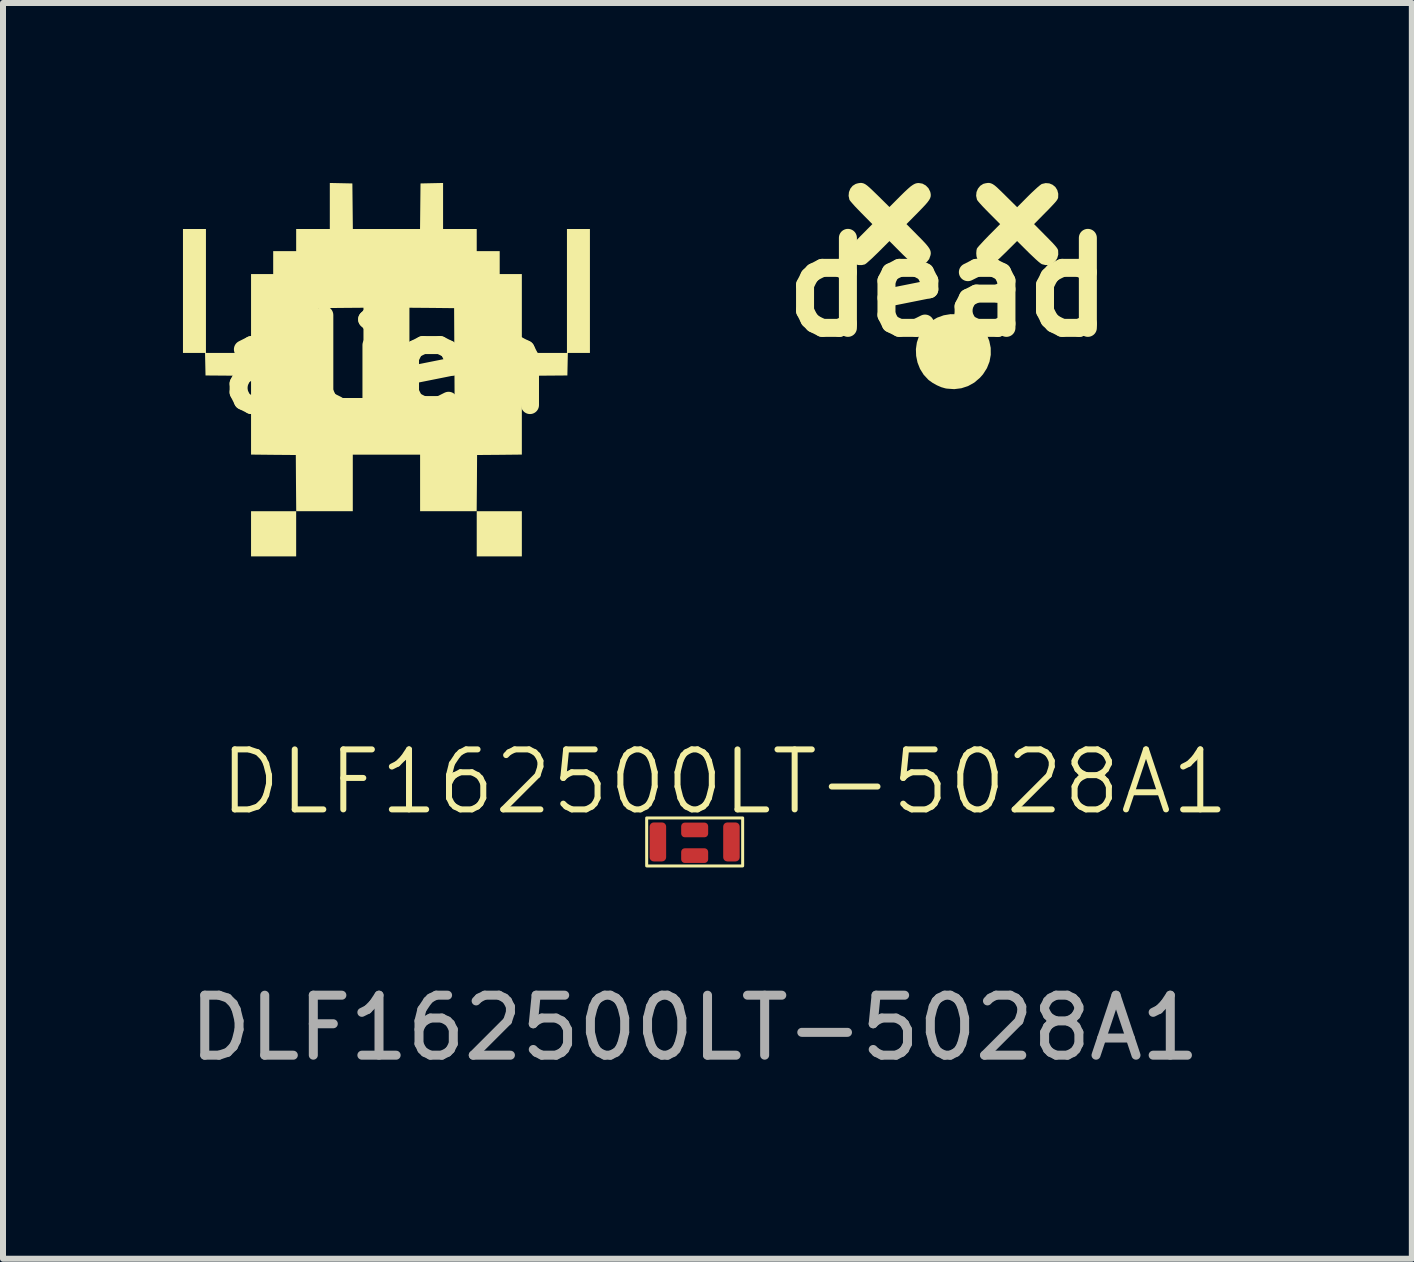
<source format=kicad_pcb>
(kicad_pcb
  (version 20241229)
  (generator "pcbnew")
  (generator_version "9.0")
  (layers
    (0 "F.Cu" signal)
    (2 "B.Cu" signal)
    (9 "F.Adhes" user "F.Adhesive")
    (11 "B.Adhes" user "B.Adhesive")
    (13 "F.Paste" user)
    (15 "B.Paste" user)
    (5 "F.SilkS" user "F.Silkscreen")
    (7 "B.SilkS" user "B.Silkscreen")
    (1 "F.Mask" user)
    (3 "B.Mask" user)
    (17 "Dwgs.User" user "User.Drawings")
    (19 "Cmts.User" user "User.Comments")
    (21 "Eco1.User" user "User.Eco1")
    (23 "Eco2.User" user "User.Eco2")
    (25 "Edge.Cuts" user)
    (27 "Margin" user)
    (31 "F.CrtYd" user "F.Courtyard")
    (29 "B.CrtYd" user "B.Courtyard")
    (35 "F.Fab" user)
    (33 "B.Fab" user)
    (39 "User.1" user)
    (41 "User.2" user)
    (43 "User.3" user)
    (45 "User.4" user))
  (footprint "alien"
    (layer "F.Cu")
    (at 3.392 3.024)
    (property "Reference" "alien" (at 0 0 0) (layer "F.SilkS") (effects (font (size 1.5 1.5) (thickness 0.3))))
    (attr board_only exclude_from_pos_files exclude_from_bom)
    (fp_poly (pts (xy -1.505 2.825) (xy -1.505 3.201) (xy -1.881 3.201) (xy -2.257 3.201) (xy -2.257 2.825) (xy -2.257 2.448) (xy -1.881 2.448) (xy -1.505 2.448)) (stroke (width 0) (type solid)) (fill yes) (layer "F.SilkS"))
    (fp_poly (pts (xy 2.257 2.825) (xy 2.257 3.201) (xy 1.881 3.201) (xy 1.505 3.201) (xy 1.505 2.825) (xy 1.505 2.448) (xy 1.881 2.448) (xy 2.257 2.448)) (stroke (width 0) (type solid)) (fill yes) (layer "F.SilkS"))
    (fp_poly (pts (xy 0.944 -2.64) (xy 0.944 -2.257) (xy 1.224 -2.257) (xy 1.505 -2.257) (xy 1.505 -2.072) (xy 1.505 -1.888) (xy 1.696 -1.888) (xy 1.888 -1.888) (xy 1.888 -1.696) (xy 1.888 -1.505) (xy 2.072 -1.505) (xy 2.257 -1.505) (xy 2.257 -0.848) (xy 2.257 -0.191) (xy 2.633 -0.191) (xy 3.009 -0.191) (xy 3.009 -1.224) (xy 3.009 -2.257) (xy 3.201 -2.257) (xy 3.392 -2.257) (xy 3.392 -1.224) (xy 3.392 -0.191) (xy 3.208 -0.191) (xy 3.024 -0.191) (xy 3.02 -0.003) (xy 3.016 0.185) (xy 2.636 0.188) (xy 2.257 0.192) (xy 2.257 0.848) (xy 2.257 1.504) (xy 1.884 1.508) (xy 1.511 1.511) (xy 1.508 1.98) (xy 1.504 2.448) (xy 1.033 2.448) (xy 0.561 2.448) (xy 0.561 1.976) (xy 0.561 1.505) (xy 0 1.505) (xy -0.561 1.505) (xy -0.561 1.976) (xy -0.561 2.448) (xy -1.033 2.448) (xy -1.504 2.448) (xy -1.508 1.98) (xy -1.511 1.511) (xy -1.884 1.508) (xy -2.257 1.504) (xy -2.257 0.848) (xy -2.257 0.561) (xy -1.136 0.561) (xy -0.759 0.561) (xy -0.383 0.561) (xy -0.383 -0.192) (xy 0.383 -0.192) (xy 0.383 0.561) (xy 0.759 0.561) (xy 1.136 0.561) (xy 1.132 -0.188) (xy 1.128 -0.937) (xy 0.756 -0.941) (xy 0.383 -0.944) (xy 0.383 -0.192) (xy -0.383 -0.192) (xy -0.383 -0.944) (xy -0.756 -0.941) (xy -1.128 -0.937) (xy -1.132 -0.188) (xy -1.136 0.561) (xy -2.257 0.561) (xy -2.257 0.192) (xy -2.636 0.188) (xy -3.016 0.185) (xy -3.02 -0.003) (xy -3.024 -0.191) (xy -3.208 -0.191) (xy -3.392 -0.191) (xy -3.392 -1.224) (xy -3.392 -2.257) (xy -3.201 -2.257) (xy -3.009 -2.257) (xy -3.009 -1.224) (xy -3.009 -0.191) (xy -2.633 -0.191) (xy -2.257 -0.191) (xy -2.257 -0.848) (xy -2.257 -1.505) (xy -2.072 -1.505) (xy -1.888 -1.505) (xy -1.888 -1.696) (xy -1.888 -1.888) (xy -1.696 -1.888) (xy -1.505 -1.888) (xy -1.505 -2.072) (xy -1.505 -2.257) (xy -1.224 -2.257) (xy -0.944 -2.257) (xy -0.944 -2.64) (xy -0.944 -3.024) (xy -0.756 -3.02) (xy -0.568 -3.016) (xy -0.564 -2.636) (xy -0.56 -2.257) (xy 0 -2.257) (xy 0.56 -2.257) (xy 0.564 -2.636) (xy 0.568 -3.016) (xy 0.756 -3.02) (xy 0.944 -3.024)) (stroke (width 0) (type solid)) (fill yes) (layer "F.SilkS")))
  (footprint "DLF162500LT-5028A1"
    (layer "F.Cu")
    (at 8.53 10.985)
    (property "Reference" "DLF162500LT-5028A1" (at 0.5 -1 0) (unlocked yes) (layer "F.SilkS") (effects (font (size 1 1) (thickness 0.1))))
    (attr smd)
    (fp_rect (start -0.8 -0.4) (end 0.8 0.4) (stroke (width 0.05) (type default)) (fill no) (layer "F.SilkS"))
    (fp_text user "${REFERENCE}" (at 0 3.1 0) (unlocked yes) (layer "F.Fab") (effects (font (size 1 1) (thickness 0.15))))
    (pad "1" smd roundrect (at -0.613 0) (size 0.275 0.65) (layers "F.Cu" "F.Mask" "F.Paste") (roundrect_rratio 0.25))
    (pad "2" smd roundrect (at 0 -0.2) (size 0.45 0.245) (layers "F.Cu" "F.Mask" "F.Paste") (roundrect_rratio 0.25))
    (pad "3" smd roundrect (at 0.613 0) (size 0.275 0.65) (layers "F.Cu" "F.Mask" "F.Paste") (roundrect_rratio 0.25))
    (pad "4" smd roundrect (at 0 0.228) (size 0.45 0.245) (layers "F.Cu" "F.Mask" "F.Paste") (roundrect_rratio 0.25)))
  (footprint "dead"
    (layer "F.Cu")
    (at 12.763 1.737)
    (property "Reference" "dead" (at 0 0 0) (layer "F.SilkS") (effects (font (size 1.5 1.5) (thickness 0.3))))
    (attr board_only exclude_from_pos_files exclude_from_bom)
    (fp_poly (pts (xy 0.146 0.452) (xy 0.263 0.476) (xy 0.365 0.515) (xy 0.417 0.548) (xy 0.476 0.595) (xy 0.533 0.65) (xy 0.585 0.709) (xy 0.623 0.764) (xy 0.631 0.779) (xy 0.678 0.895) (xy 0.702 1.012) (xy 0.703 1.128) (xy 0.682 1.242) (xy 0.639 1.35) (xy 0.574 1.452) (xy 0.521 1.512) (xy 0.428 1.591) (xy 0.324 1.649) (xy 0.213 1.685) (xy 0.094 1.7) (xy -0.03 1.691) (xy -0.053 1.687) (xy -0.12 1.668) (xy -0.194 1.636) (xy -0.267 1.595) (xy -0.33 1.55) (xy -0.339 1.542) (xy -0.416 1.459) (xy -0.476 1.363) (xy -0.518 1.257) (xy -0.541 1.146) (xy -0.545 1.033) (xy -0.529 0.922) (xy -0.493 0.814) (xy -0.451 0.737) (xy -0.377 0.643) (xy -0.289 0.566) (xy -0.19 0.508) (xy -0.082 0.469) (xy 0.031 0.45)) (stroke (width 0) (type solid)) (fill yes) (layer "F.SilkS"))
    (fp_poly (pts (xy -1.421 -1.731) (xy -1.392 -1.718) (xy -1.359 -1.695) (xy -1.319 -1.661) (xy -1.269 -1.614) (xy -1.206 -1.553) (xy -1.181 -1.529) (xy -0.986 -1.336) (xy -0.809 -1.514) (xy -0.738 -1.584) (xy -0.68 -1.638) (xy -0.633 -1.679) (xy -0.593 -1.707) (xy -0.559 -1.725) (xy -0.527 -1.734) (xy -0.497 -1.736) (xy -0.436 -1.726) (xy -0.38 -1.695) (xy -0.336 -1.65) (xy -0.307 -1.593) (xy -0.301 -1.569) (xy -0.297 -1.539) (xy -0.299 -1.511) (xy -0.308 -1.482) (xy -0.326 -1.45) (xy -0.354 -1.412) (xy -0.394 -1.366) (xy -0.449 -1.308) (xy -0.512 -1.243) (xy -0.702 -1.051) (xy -0.512 -0.859) (xy -0.443 -0.789) (xy -0.39 -0.733) (xy -0.351 -0.687) (xy -0.324 -0.65) (xy -0.307 -0.618) (xy -0.299 -0.59) (xy -0.297 -0.562) (xy -0.301 -0.534) (xy -0.324 -0.468) (xy -0.365 -0.417) (xy -0.421 -0.384) (xy -0.483 -0.369) (xy -0.514 -0.368) (xy -0.544 -0.373) (xy -0.575 -0.384) (xy -0.609 -0.405) (xy -0.649 -0.437) (xy -0.699 -0.482) (xy -0.76 -0.541) (xy -0.809 -0.59) (xy -0.986 -0.768) (xy -1.175 -0.579) (xy -1.232 -0.524) (xy -1.284 -0.474) (xy -1.331 -0.432) (xy -1.367 -0.4) (xy -1.392 -0.382) (xy -1.398 -0.379) (xy -1.447 -0.368) (xy -1.503 -0.369) (xy -1.548 -0.38) (xy -1.594 -0.409) (xy -1.635 -0.453) (xy -1.651 -0.478) (xy -1.663 -0.519) (xy -1.668 -0.57) (xy -1.664 -0.619) (xy -1.654 -0.651) (xy -1.641 -0.667) (xy -1.615 -0.698) (xy -1.577 -0.739) (xy -1.53 -0.788) (xy -1.477 -0.843) (xy -1.455 -0.865) (xy -1.271 -1.051) (xy -1.456 -1.238) (xy -1.51 -1.294) (xy -1.56 -1.346) (xy -1.601 -1.392) (xy -1.632 -1.428) (xy -1.65 -1.452) (xy -1.653 -1.457) (xy -1.667 -1.522) (xy -1.661 -1.585) (xy -1.638 -1.642) (xy -1.6 -1.689) (xy -1.549 -1.721) (xy -1.51 -1.732) (xy -1.477 -1.737) (xy -1.448 -1.737)) (stroke (width 0) (type solid)) (fill yes) (layer "F.SilkS"))
    (fp_poly (pts (xy 0.706 -1.731) (xy 0.735 -1.718) (xy 0.768 -1.696) (xy 0.808 -1.662) (xy 0.857 -1.615) (xy 0.92 -1.554) (xy 0.946 -1.528) (xy 1.143 -1.333) (xy 1.327 -1.518) (xy 1.386 -1.576) (xy 1.441 -1.627) (xy 1.488 -1.67) (xy 1.526 -1.701) (xy 1.55 -1.718) (xy 1.553 -1.72) (xy 1.618 -1.735) (xy 1.679 -1.73) (xy 1.734 -1.707) (xy 1.78 -1.669) (xy 1.812 -1.618) (xy 1.828 -1.557) (xy 1.826 -1.492) (xy 1.82 -1.475) (xy 1.809 -1.455) (xy 1.791 -1.43) (xy 1.762 -1.397) (xy 1.722 -1.354) (xy 1.669 -1.298) (xy 1.621 -1.25) (xy 1.425 -1.051) (xy 1.621 -0.853) (xy 1.685 -0.788) (xy 1.735 -0.737) (xy 1.771 -0.697) (xy 1.796 -0.667) (xy 1.813 -0.643) (xy 1.822 -0.625) (xy 1.826 -0.611) (xy 1.828 -0.543) (xy 1.811 -0.482) (xy 1.778 -0.431) (xy 1.732 -0.394) (xy 1.677 -0.371) (xy 1.615 -0.368) (xy 1.554 -0.383) (xy 1.533 -0.397) (xy 1.499 -0.424) (xy 1.455 -0.463) (xy 1.403 -0.512) (xy 1.346 -0.566) (xy 1.327 -0.585) (xy 1.142 -0.769) (xy 0.952 -0.58) (xy 0.895 -0.525) (xy 0.843 -0.475) (xy 0.796 -0.432) (xy 0.76 -0.401) (xy 0.735 -0.382) (xy 0.729 -0.379) (xy 0.679 -0.368) (xy 0.623 -0.369) (xy 0.579 -0.38) (xy 0.533 -0.408) (xy 0.493 -0.45) (xy 0.477 -0.475) (xy 0.465 -0.514) (xy 0.461 -0.565) (xy 0.465 -0.615) (xy 0.472 -0.643) (xy 0.483 -0.659) (xy 0.509 -0.69) (xy 0.547 -0.731) (xy 0.593 -0.781) (xy 0.646 -0.836) (xy 0.671 -0.862) (xy 0.859 -1.051) (xy 0.672 -1.239) (xy 0.617 -1.295) (xy 0.567 -1.347) (xy 0.525 -1.393) (xy 0.494 -1.429) (xy 0.476 -1.453) (xy 0.473 -1.459) (xy 0.459 -1.523) (xy 0.465 -1.585) (xy 0.489 -1.642) (xy 0.527 -1.689) (xy 0.578 -1.722) (xy 0.617 -1.732) (xy 0.65 -1.737) (xy 0.679 -1.737)) (stroke (width 0) (type solid)) (fill yes) (layer "F.SilkS")))
  (gr_rect
    (start -3 -3)
    (end 20.485 17.933)
    (stroke (width 0.1) (type default))
    (fill no)
    (layer "Edge.Cuts")))
</source>
